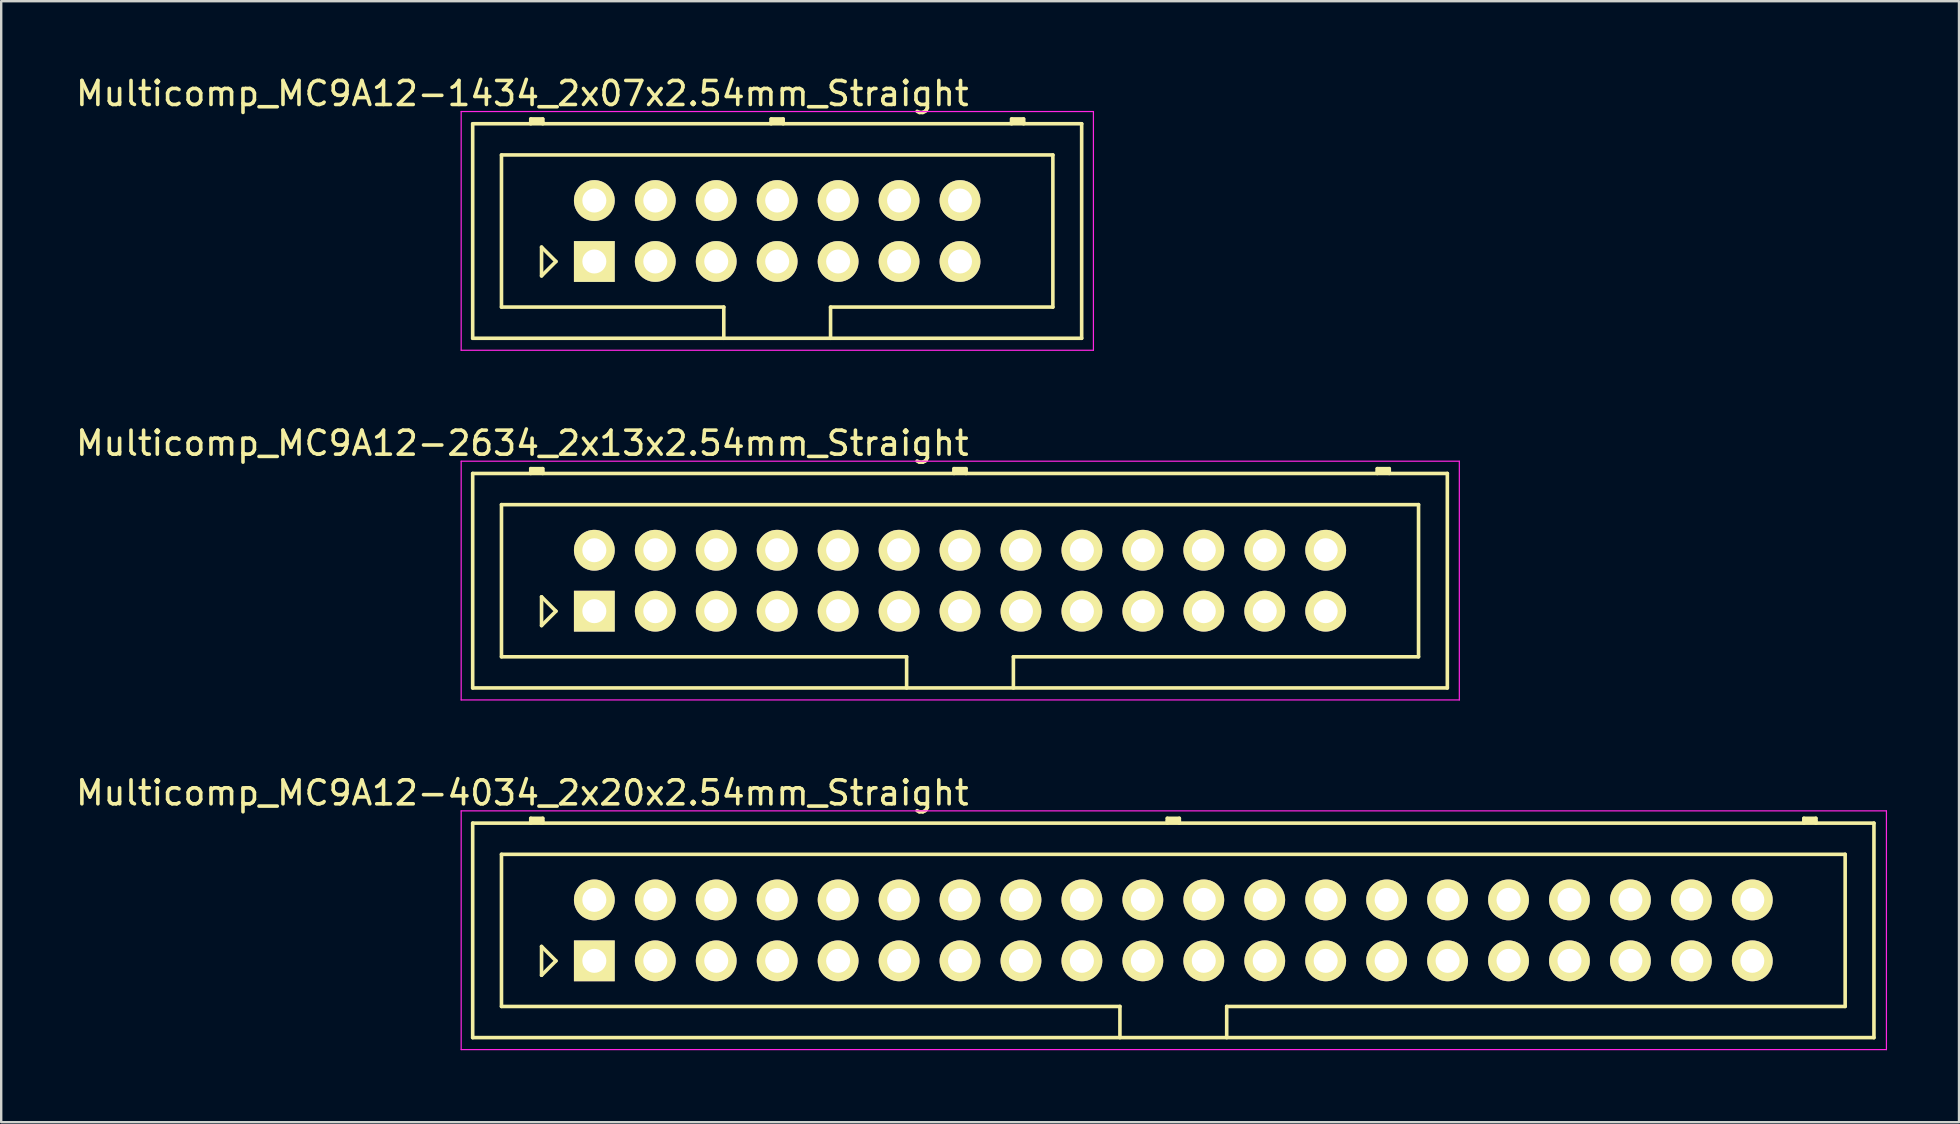
<source format=kicad_pcb>
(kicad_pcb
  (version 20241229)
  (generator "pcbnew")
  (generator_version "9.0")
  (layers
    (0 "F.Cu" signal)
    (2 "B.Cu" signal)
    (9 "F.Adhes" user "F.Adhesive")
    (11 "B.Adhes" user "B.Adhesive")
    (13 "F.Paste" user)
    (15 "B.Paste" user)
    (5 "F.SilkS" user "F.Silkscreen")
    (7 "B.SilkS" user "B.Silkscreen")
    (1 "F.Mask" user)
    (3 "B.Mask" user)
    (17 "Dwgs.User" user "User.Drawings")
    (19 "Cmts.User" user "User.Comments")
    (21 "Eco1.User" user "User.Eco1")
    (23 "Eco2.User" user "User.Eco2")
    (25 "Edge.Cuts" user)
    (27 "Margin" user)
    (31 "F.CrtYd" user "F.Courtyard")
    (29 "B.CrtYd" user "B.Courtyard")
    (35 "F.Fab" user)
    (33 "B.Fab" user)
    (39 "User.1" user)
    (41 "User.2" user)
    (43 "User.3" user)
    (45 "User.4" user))
  (footprint "Multicomp_MC9A12-2634_2x13x2.54mm_Straight"
    (layer "F.Cu")
    (at 21.72 22.422)
    (property "Reference" "Multicomp_MC9A12-2634_2x13x2.54mm_Straight" (at -3 -7 0) (layer "F.SilkS") (effects (font (size 1 1) (thickness 0.15))))
    (attr through_hole)
    (fp_line (start -5.07 -5.74) (end 35.55 -5.74) (stroke (width 0.15) (type solid)) (layer "F.SilkS"))
    (fp_line (start -5.07 3.2) (end -5.07 -5.74) (stroke (width 0.15) (type solid)) (layer "F.SilkS"))
    (fp_line (start -3.87 -4.44) (end 34.35 -4.44) (stroke (width 0.15) (type solid)) (layer "F.SilkS"))
    (fp_line (start -3.87 1.9) (end -3.87 -4.44) (stroke (width 0.15) (type solid)) (layer "F.SilkS"))
    (fp_line (start -2.65 -5.94) (end -2.15 -5.94) (stroke (width 0.15) (type solid)) (layer "F.SilkS"))
    (fp_line (start -2.65 -5.84) (end -2.15 -5.84) (stroke (width 0.15) (type solid)) (layer "F.SilkS"))
    (fp_line (start -2.65 -5.74) (end -2.65 -5.94) (stroke (width 0.15) (type solid)) (layer "F.SilkS"))
    (fp_line (start -2.2 -0.6) (end -1.6 0) (stroke (width 0.15) (type solid)) (layer "F.SilkS"))
    (fp_line (start -2.2 0.6) (end -2.2 -0.6) (stroke (width 0.15) (type solid)) (layer "F.SilkS"))
    (fp_line (start -2.15 -5.94) (end -2.15 -5.74) (stroke (width 0.15) (type solid)) (layer "F.SilkS"))
    (fp_line (start -1.6 0) (end -2.2 0.6) (stroke (width 0.15) (type solid)) (layer "F.SilkS"))
    (fp_line (start 13.015 1.9) (end -3.87 1.9) (stroke (width 0.15) (type solid)) (layer "F.SilkS"))
    (fp_line (start 13.015 3.2) (end 13.015 1.9) (stroke (width 0.15) (type solid)) (layer "F.SilkS"))
    (fp_line (start 14.99 -5.94) (end 15.49 -5.94) (stroke (width 0.15) (type solid)) (layer "F.SilkS"))
    (fp_line (start 14.99 -5.84) (end 15.49 -5.84) (stroke (width 0.15) (type solid)) (layer "F.SilkS"))
    (fp_line (start 14.99 -5.74) (end 14.99 -5.94) (stroke (width 0.15) (type solid)) (layer "F.SilkS"))
    (fp_line (start 15.49 -5.94) (end 15.49 -5.74) (stroke (width 0.15) (type solid)) (layer "F.SilkS"))
    (fp_line (start 17.465 1.9) (end 17.465 3.2) (stroke (width 0.15) (type solid)) (layer "F.SilkS"))
    (fp_line (start 32.63 -5.94) (end 33.13 -5.94) (stroke (width 0.15) (type solid)) (layer "F.SilkS"))
    (fp_line (start 32.63 -5.84) (end 33.13 -5.84) (stroke (width 0.15) (type solid)) (layer "F.SilkS"))
    (fp_line (start 32.63 -5.74) (end 32.63 -5.94) (stroke (width 0.15) (type solid)) (layer "F.SilkS"))
    (fp_line (start 33.13 -5.94) (end 33.13 -5.74) (stroke (width 0.15) (type solid)) (layer "F.SilkS"))
    (fp_line (start 34.35 -4.44) (end 34.35 1.9) (stroke (width 0.15) (type solid)) (layer "F.SilkS"))
    (fp_line (start 34.35 1.9) (end 17.465 1.9) (stroke (width 0.15) (type solid)) (layer "F.SilkS"))
    (fp_line (start 35.55 -5.74) (end 35.55 3.2) (stroke (width 0.15) (type solid)) (layer "F.SilkS"))
    (fp_line (start 35.55 3.2) (end -5.07 3.2) (stroke (width 0.15) (type solid)) (layer "F.SilkS"))
    (fp_line (start -5.55 -6.25) (end 36.05 -6.25) (stroke (width 0.05) (type solid)) (layer "F.CrtYd"))
    (fp_line (start -5.55 3.7) (end -5.55 -6.25) (stroke (width 0.05) (type solid)) (layer "F.CrtYd"))
    (fp_line (start 36.05 -6.25) (end 36.05 3.7) (stroke (width 0.05) (type solid)) (layer "F.CrtYd"))
    (fp_line (start 36.05 3.7) (end -5.55 3.7) (stroke (width 0.05) (type solid)) (layer "F.CrtYd"))
    (pad "1" thru_hole rect (at 0 0) (size 1.7 1.7) (drill 1) (layers "*.Cu" "*.Mask" "F.SilkS"))
    (pad "2" thru_hole circle (at 0 -2.54) (size 1.7 1.7) (drill 1) (layers "*.Cu" "*.Mask" "F.SilkS"))
    (pad "3" thru_hole circle (at 2.54 0) (size 1.7 1.7) (drill 1) (layers "*.Cu" "*.Mask" "F.SilkS"))
    (pad "4" thru_hole circle (at 2.54 -2.54) (size 1.7 1.7) (drill 1) (layers "*.Cu" "*.Mask" "F.SilkS"))
    (pad "5" thru_hole circle (at 5.08 0) (size 1.7 1.7) (drill 1) (layers "*.Cu" "*.Mask" "F.SilkS"))
    (pad "6" thru_hole circle (at 5.08 -2.54) (size 1.7 1.7) (drill 1) (layers "*.Cu" "*.Mask" "F.SilkS"))
    (pad "7" thru_hole circle (at 7.62 0) (size 1.7 1.7) (drill 1) (layers "*.Cu" "*.Mask" "F.SilkS"))
    (pad "8" thru_hole circle (at 7.62 -2.54) (size 1.7 1.7) (drill 1) (layers "*.Cu" "*.Mask" "F.SilkS"))
    (pad "9" thru_hole circle (at 10.16 0) (size 1.7 1.7) (drill 1) (layers "*.Cu" "*.Mask" "F.SilkS"))
    (pad "10" thru_hole circle (at 10.16 -2.54) (size 1.7 1.7) (drill 1) (layers "*.Cu" "*.Mask" "F.SilkS"))
    (pad "11" thru_hole circle (at 12.7 0) (size 1.7 1.7) (drill 1) (layers "*.Cu" "*.Mask" "F.SilkS"))
    (pad "12" thru_hole circle (at 12.7 -2.54) (size 1.7 1.7) (drill 1) (layers "*.Cu" "*.Mask" "F.SilkS"))
    (pad "13" thru_hole circle (at 15.24 0) (size 1.7 1.7) (drill 1) (layers "*.Cu" "*.Mask" "F.SilkS"))
    (pad "14" thru_hole circle (at 15.24 -2.54) (size 1.7 1.7) (drill 1) (layers "*.Cu" "*.Mask" "F.SilkS"))
    (pad "15" thru_hole circle (at 17.78 0) (size 1.7 1.7) (drill 1) (layers "*.Cu" "*.Mask" "F.SilkS"))
    (pad "16" thru_hole circle (at 17.78 -2.54) (size 1.7 1.7) (drill 1) (layers "*.Cu" "*.Mask" "F.SilkS"))
    (pad "17" thru_hole circle (at 20.32 0) (size 1.7 1.7) (drill 1) (layers "*.Cu" "*.Mask" "F.SilkS"))
    (pad "18" thru_hole circle (at 20.32 -2.54) (size 1.7 1.7) (drill 1) (layers "*.Cu" "*.Mask" "F.SilkS"))
    (pad "19" thru_hole circle (at 22.86 0) (size 1.7 1.7) (drill 1) (layers "*.Cu" "*.Mask" "F.SilkS"))
    (pad "20" thru_hole circle (at 22.86 -2.54) (size 1.7 1.7) (drill 1) (layers "*.Cu" "*.Mask" "F.SilkS"))
    (pad "21" thru_hole circle (at 25.4 0) (size 1.7 1.7) (drill 1) (layers "*.Cu" "*.Mask" "F.SilkS"))
    (pad "22" thru_hole circle (at 25.4 -2.54) (size 1.7 1.7) (drill 1) (layers "*.Cu" "*.Mask" "F.SilkS"))
    (pad "23" thru_hole circle (at 27.94 0) (size 1.7 1.7) (drill 1) (layers "*.Cu" "*.Mask" "F.SilkS"))
    (pad "24" thru_hole circle (at 27.94 -2.54) (size 1.7 1.7) (drill 1) (layers "*.Cu" "*.Mask" "F.SilkS"))
    (pad "25" thru_hole circle (at 30.48 0) (size 1.7 1.7) (drill 1) (layers "*.Cu" "*.Mask" "F.SilkS"))
    (pad "26" thru_hole circle (at 30.48 -2.54) (size 1.7 1.7) (drill 1) (layers "*.Cu" "*.Mask" "F.SilkS")))
  (footprint "Multicomp_MC9A12-4034_2x20x2.54mm_Straight"
    (layer "F.Cu")
    (at 21.72 36.995)
    (property "Reference" "Multicomp_MC9A12-4034_2x20x2.54mm_Straight" (at -3 -7 0) (layer "F.SilkS") (effects (font (size 1 1) (thickness 0.15))))
    (attr through_hole)
    (fp_line (start -5.07 -5.74) (end 53.33 -5.74) (stroke (width 0.15) (type solid)) (layer "F.SilkS"))
    (fp_line (start -5.07 3.2) (end -5.07 -5.74) (stroke (width 0.15) (type solid)) (layer "F.SilkS"))
    (fp_line (start -3.87 -4.44) (end 52.13 -4.44) (stroke (width 0.15) (type solid)) (layer "F.SilkS"))
    (fp_line (start -3.87 1.9) (end -3.87 -4.44) (stroke (width 0.15) (type solid)) (layer "F.SilkS"))
    (fp_line (start -2.65 -5.94) (end -2.15 -5.94) (stroke (width 0.15) (type solid)) (layer "F.SilkS"))
    (fp_line (start -2.65 -5.84) (end -2.15 -5.84) (stroke (width 0.15) (type solid)) (layer "F.SilkS"))
    (fp_line (start -2.65 -5.74) (end -2.65 -5.94) (stroke (width 0.15) (type solid)) (layer "F.SilkS"))
    (fp_line (start -2.2 -0.6) (end -1.6 0) (stroke (width 0.15) (type solid)) (layer "F.SilkS"))
    (fp_line (start -2.2 0.6) (end -2.2 -0.6) (stroke (width 0.15) (type solid)) (layer "F.SilkS"))
    (fp_line (start -2.15 -5.94) (end -2.15 -5.74) (stroke (width 0.15) (type solid)) (layer "F.SilkS"))
    (fp_line (start -1.6 0) (end -2.2 0.6) (stroke (width 0.15) (type solid)) (layer "F.SilkS"))
    (fp_line (start 21.905 1.9) (end -3.87 1.9) (stroke (width 0.15) (type solid)) (layer "F.SilkS"))
    (fp_line (start 21.905 3.2) (end 21.905 1.9) (stroke (width 0.15) (type solid)) (layer "F.SilkS"))
    (fp_line (start 23.88 -5.94) (end 24.38 -5.94) (stroke (width 0.15) (type solid)) (layer "F.SilkS"))
    (fp_line (start 23.88 -5.84) (end 24.38 -5.84) (stroke (width 0.15) (type solid)) (layer "F.SilkS"))
    (fp_line (start 23.88 -5.74) (end 23.88 -5.94) (stroke (width 0.15) (type solid)) (layer "F.SilkS"))
    (fp_line (start 24.38 -5.94) (end 24.38 -5.74) (stroke (width 0.15) (type solid)) (layer "F.SilkS"))
    (fp_line (start 26.355 1.9) (end 26.355 3.2) (stroke (width 0.15) (type solid)) (layer "F.SilkS"))
    (fp_line (start 50.41 -5.94) (end 50.91 -5.94) (stroke (width 0.15) (type solid)) (layer "F.SilkS"))
    (fp_line (start 50.41 -5.84) (end 50.91 -5.84) (stroke (width 0.15) (type solid)) (layer "F.SilkS"))
    (fp_line (start 50.41 -5.74) (end 50.41 -5.94) (stroke (width 0.15) (type solid)) (layer "F.SilkS"))
    (fp_line (start 50.91 -5.94) (end 50.91 -5.74) (stroke (width 0.15) (type solid)) (layer "F.SilkS"))
    (fp_line (start 52.13 -4.44) (end 52.13 1.9) (stroke (width 0.15) (type solid)) (layer "F.SilkS"))
    (fp_line (start 52.13 1.9) (end 26.355 1.9) (stroke (width 0.15) (type solid)) (layer "F.SilkS"))
    (fp_line (start 53.33 -5.74) (end 53.33 3.2) (stroke (width 0.15) (type solid)) (layer "F.SilkS"))
    (fp_line (start 53.33 3.2) (end -5.07 3.2) (stroke (width 0.15) (type solid)) (layer "F.SilkS"))
    (fp_line (start -5.55 -6.25) (end 53.85 -6.25) (stroke (width 0.05) (type solid)) (layer "F.CrtYd"))
    (fp_line (start -5.55 3.7) (end -5.55 -6.25) (stroke (width 0.05) (type solid)) (layer "F.CrtYd"))
    (fp_line (start 53.85 -6.25) (end 53.85 3.7) (stroke (width 0.05) (type solid)) (layer "F.CrtYd"))
    (fp_line (start 53.85 3.7) (end -5.55 3.7) (stroke (width 0.05) (type solid)) (layer "F.CrtYd"))
    (pad "1" thru_hole rect (at 0 0) (size 1.7 1.7) (drill 1) (layers "*.Cu" "*.Mask" "F.SilkS"))
    (pad "2" thru_hole circle (at 0 -2.54) (size 1.7 1.7) (drill 1) (layers "*.Cu" "*.Mask" "F.SilkS"))
    (pad "3" thru_hole circle (at 2.54 0) (size 1.7 1.7) (drill 1) (layers "*.Cu" "*.Mask" "F.SilkS"))
    (pad "4" thru_hole circle (at 2.54 -2.54) (size 1.7 1.7) (drill 1) (layers "*.Cu" "*.Mask" "F.SilkS"))
    (pad "5" thru_hole circle (at 5.08 0) (size 1.7 1.7) (drill 1) (layers "*.Cu" "*.Mask" "F.SilkS"))
    (pad "6" thru_hole circle (at 5.08 -2.54) (size 1.7 1.7) (drill 1) (layers "*.Cu" "*.Mask" "F.SilkS"))
    (pad "7" thru_hole circle (at 7.62 0) (size 1.7 1.7) (drill 1) (layers "*.Cu" "*.Mask" "F.SilkS"))
    (pad "8" thru_hole circle (at 7.62 -2.54) (size 1.7 1.7) (drill 1) (layers "*.Cu" "*.Mask" "F.SilkS"))
    (pad "9" thru_hole circle (at 10.16 0) (size 1.7 1.7) (drill 1) (layers "*.Cu" "*.Mask" "F.SilkS"))
    (pad "10" thru_hole circle (at 10.16 -2.54) (size 1.7 1.7) (drill 1) (layers "*.Cu" "*.Mask" "F.SilkS"))
    (pad "11" thru_hole circle (at 12.7 0) (size 1.7 1.7) (drill 1) (layers "*.Cu" "*.Mask" "F.SilkS"))
    (pad "12" thru_hole circle (at 12.7 -2.54) (size 1.7 1.7) (drill 1) (layers "*.Cu" "*.Mask" "F.SilkS"))
    (pad "13" thru_hole circle (at 15.24 0) (size 1.7 1.7) (drill 1) (layers "*.Cu" "*.Mask" "F.SilkS"))
    (pad "14" thru_hole circle (at 15.24 -2.54) (size 1.7 1.7) (drill 1) (layers "*.Cu" "*.Mask" "F.SilkS"))
    (pad "15" thru_hole circle (at 17.78 0) (size 1.7 1.7) (drill 1) (layers "*.Cu" "*.Mask" "F.SilkS"))
    (pad "16" thru_hole circle (at 17.78 -2.54) (size 1.7 1.7) (drill 1) (layers "*.Cu" "*.Mask" "F.SilkS"))
    (pad "17" thru_hole circle (at 20.32 0) (size 1.7 1.7) (drill 1) (layers "*.Cu" "*.Mask" "F.SilkS"))
    (pad "18" thru_hole circle (at 20.32 -2.54) (size 1.7 1.7) (drill 1) (layers "*.Cu" "*.Mask" "F.SilkS"))
    (pad "19" thru_hole circle (at 22.86 0) (size 1.7 1.7) (drill 1) (layers "*.Cu" "*.Mask" "F.SilkS"))
    (pad "20" thru_hole circle (at 22.86 -2.54) (size 1.7 1.7) (drill 1) (layers "*.Cu" "*.Mask" "F.SilkS"))
    (pad "21" thru_hole circle (at 25.4 0) (size 1.7 1.7) (drill 1) (layers "*.Cu" "*.Mask" "F.SilkS"))
    (pad "22" thru_hole circle (at 25.4 -2.54) (size 1.7 1.7) (drill 1) (layers "*.Cu" "*.Mask" "F.SilkS"))
    (pad "23" thru_hole circle (at 27.94 0) (size 1.7 1.7) (drill 1) (layers "*.Cu" "*.Mask" "F.SilkS"))
    (pad "24" thru_hole circle (at 27.94 -2.54) (size 1.7 1.7) (drill 1) (layers "*.Cu" "*.Mask" "F.SilkS"))
    (pad "25" thru_hole circle (at 30.48 0) (size 1.7 1.7) (drill 1) (layers "*.Cu" "*.Mask" "F.SilkS"))
    (pad "26" thru_hole circle (at 30.48 -2.54) (size 1.7 1.7) (drill 1) (layers "*.Cu" "*.Mask" "F.SilkS"))
    (pad "27" thru_hole circle (at 33.02 0) (size 1.7 1.7) (drill 1) (layers "*.Cu" "*.Mask" "F.SilkS"))
    (pad "28" thru_hole circle (at 33.02 -2.54) (size 1.7 1.7) (drill 1) (layers "*.Cu" "*.Mask" "F.SilkS"))
    (pad "29" thru_hole circle (at 35.56 0) (size 1.7 1.7) (drill 1) (layers "*.Cu" "*.Mask" "F.SilkS"))
    (pad "30" thru_hole circle (at 35.56 -2.54) (size 1.7 1.7) (drill 1) (layers "*.Cu" "*.Mask" "F.SilkS"))
    (pad "31" thru_hole circle (at 38.1 0) (size 1.7 1.7) (drill 1) (layers "*.Cu" "*.Mask" "F.SilkS"))
    (pad "32" thru_hole circle (at 38.1 -2.54) (size 1.7 1.7) (drill 1) (layers "*.Cu" "*.Mask" "F.SilkS"))
    (pad "33" thru_hole circle (at 40.64 0) (size 1.7 1.7) (drill 1) (layers "*.Cu" "*.Mask" "F.SilkS"))
    (pad "34" thru_hole circle (at 40.64 -2.54) (size 1.7 1.7) (drill 1) (layers "*.Cu" "*.Mask" "F.SilkS"))
    (pad "35" thru_hole circle (at 43.18 0) (size 1.7 1.7) (drill 1) (layers "*.Cu" "*.Mask" "F.SilkS"))
    (pad "36" thru_hole circle (at 43.18 -2.54) (size 1.7 1.7) (drill 1) (layers "*.Cu" "*.Mask" "F.SilkS"))
    (pad "37" thru_hole circle (at 45.72 0) (size 1.7 1.7) (drill 1) (layers "*.Cu" "*.Mask" "F.SilkS"))
    (pad "38" thru_hole circle (at 45.72 -2.54) (size 1.7 1.7) (drill 1) (layers "*.Cu" "*.Mask" "F.SilkS"))
    (pad "39" thru_hole circle (at 48.26 0) (size 1.7 1.7) (drill 1) (layers "*.Cu" "*.Mask" "F.SilkS"))
    (pad "40" thru_hole circle (at 48.26 -2.54) (size 1.7 1.7) (drill 1) (layers "*.Cu" "*.Mask" "F.SilkS")))
  (footprint "Multicomp_MC9A12-1434_2x07x2.54mm_Straight"
    (layer "F.Cu")
    (at 21.72 7.848)
    (property "Reference" "Multicomp_MC9A12-1434_2x07x2.54mm_Straight" (at -3 -7 0) (layer "F.SilkS") (effects (font (size 1 1) (thickness 0.15))))
    (attr through_hole)
    (fp_line (start -5.07 -5.74) (end 20.31 -5.74) (stroke (width 0.15) (type solid)) (layer "F.SilkS"))
    (fp_line (start -5.07 3.2) (end -5.07 -5.74) (stroke (width 0.15) (type solid)) (layer "F.SilkS"))
    (fp_line (start -3.87 -4.44) (end 19.11 -4.44) (stroke (width 0.15) (type solid)) (layer "F.SilkS"))
    (fp_line (start -3.87 1.9) (end -3.87 -4.44) (stroke (width 0.15) (type solid)) (layer "F.SilkS"))
    (fp_line (start -2.65 -5.94) (end -2.15 -5.94) (stroke (width 0.15) (type solid)) (layer "F.SilkS"))
    (fp_line (start -2.65 -5.84) (end -2.15 -5.84) (stroke (width 0.15) (type solid)) (layer "F.SilkS"))
    (fp_line (start -2.65 -5.74) (end -2.65 -5.94) (stroke (width 0.15) (type solid)) (layer "F.SilkS"))
    (fp_line (start -2.2 -0.6) (end -1.6 0) (stroke (width 0.15) (type solid)) (layer "F.SilkS"))
    (fp_line (start -2.2 0.6) (end -2.2 -0.6) (stroke (width 0.15) (type solid)) (layer "F.SilkS"))
    (fp_line (start -2.15 -5.94) (end -2.15 -5.74) (stroke (width 0.15) (type solid)) (layer "F.SilkS"))
    (fp_line (start -1.6 0) (end -2.2 0.6) (stroke (width 0.15) (type solid)) (layer "F.SilkS"))
    (fp_line (start 5.395 1.9) (end -3.87 1.9) (stroke (width 0.15) (type solid)) (layer "F.SilkS"))
    (fp_line (start 5.395 3.2) (end 5.395 1.9) (stroke (width 0.15) (type solid)) (layer "F.SilkS"))
    (fp_line (start 7.37 -5.94) (end 7.87 -5.94) (stroke (width 0.15) (type solid)) (layer "F.SilkS"))
    (fp_line (start 7.37 -5.84) (end 7.87 -5.84) (stroke (width 0.15) (type solid)) (layer "F.SilkS"))
    (fp_line (start 7.37 -5.74) (end 7.37 -5.94) (stroke (width 0.15) (type solid)) (layer "F.SilkS"))
    (fp_line (start 7.87 -5.94) (end 7.87 -5.74) (stroke (width 0.15) (type solid)) (layer "F.SilkS"))
    (fp_line (start 9.845 1.9) (end 9.845 3.2) (stroke (width 0.15) (type solid)) (layer "F.SilkS"))
    (fp_line (start 17.39 -5.94) (end 17.89 -5.94) (stroke (width 0.15) (type solid)) (layer "F.SilkS"))
    (fp_line (start 17.39 -5.84) (end 17.89 -5.84) (stroke (width 0.15) (type solid)) (layer "F.SilkS"))
    (fp_line (start 17.39 -5.74) (end 17.39 -5.94) (stroke (width 0.15) (type solid)) (layer "F.SilkS"))
    (fp_line (start 17.89 -5.94) (end 17.89 -5.74) (stroke (width 0.15) (type solid)) (layer "F.SilkS"))
    (fp_line (start 19.11 -4.44) (end 19.11 1.9) (stroke (width 0.15) (type solid)) (layer "F.SilkS"))
    (fp_line (start 19.11 1.9) (end 9.845 1.9) (stroke (width 0.15) (type solid)) (layer "F.SilkS"))
    (fp_line (start 20.31 -5.74) (end 20.31 3.2) (stroke (width 0.15) (type solid)) (layer "F.SilkS"))
    (fp_line (start 20.31 3.2) (end -5.07 3.2) (stroke (width 0.15) (type solid)) (layer "F.SilkS"))
    (fp_line (start -5.55 -6.25) (end 20.8 -6.25) (stroke (width 0.05) (type solid)) (layer "F.CrtYd"))
    (fp_line (start -5.55 3.7) (end -5.55 -6.25) (stroke (width 0.05) (type solid)) (layer "F.CrtYd"))
    (fp_line (start 20.8 -6.25) (end 20.8 3.7) (stroke (width 0.05) (type solid)) (layer "F.CrtYd"))
    (fp_line (start 20.8 3.7) (end -5.55 3.7) (stroke (width 0.05) (type solid)) (layer "F.CrtYd"))
    (pad "1" thru_hole rect (at 0 0) (size 1.7 1.7) (drill 1) (layers "*.Cu" "*.Mask" "F.SilkS"))
    (pad "2" thru_hole circle (at 0 -2.54) (size 1.7 1.7) (drill 1) (layers "*.Cu" "*.Mask" "F.SilkS"))
    (pad "3" thru_hole circle (at 2.54 0) (size 1.7 1.7) (drill 1) (layers "*.Cu" "*.Mask" "F.SilkS"))
    (pad "4" thru_hole circle (at 2.54 -2.54) (size 1.7 1.7) (drill 1) (layers "*.Cu" "*.Mask" "F.SilkS"))
    (pad "5" thru_hole circle (at 5.08 0) (size 1.7 1.7) (drill 1) (layers "*.Cu" "*.Mask" "F.SilkS"))
    (pad "6" thru_hole circle (at 5.08 -2.54) (size 1.7 1.7) (drill 1) (layers "*.Cu" "*.Mask" "F.SilkS"))
    (pad "7" thru_hole circle (at 7.62 0) (size 1.7 1.7) (drill 1) (layers "*.Cu" "*.Mask" "F.SilkS"))
    (pad "8" thru_hole circle (at 7.62 -2.54) (size 1.7 1.7) (drill 1) (layers "*.Cu" "*.Mask" "F.SilkS"))
    (pad "9" thru_hole circle (at 10.16 0) (size 1.7 1.7) (drill 1) (layers "*.Cu" "*.Mask" "F.SilkS"))
    (pad "10" thru_hole circle (at 10.16 -2.54) (size 1.7 1.7) (drill 1) (layers "*.Cu" "*.Mask" "F.SilkS"))
    (pad "11" thru_hole circle (at 12.7 0) (size 1.7 1.7) (drill 1) (layers "*.Cu" "*.Mask" "F.SilkS"))
    (pad "12" thru_hole circle (at 12.7 -2.54) (size 1.7 1.7) (drill 1) (layers "*.Cu" "*.Mask" "F.SilkS"))
    (pad "13" thru_hole circle (at 15.24 0) (size 1.7 1.7) (drill 1) (layers "*.Cu" "*.Mask" "F.SilkS"))
    (pad "14" thru_hole circle (at 15.24 -2.54) (size 1.7 1.7) (drill 1) (layers "*.Cu" "*.Mask" "F.SilkS")))
  (gr_rect
    (start -3 -3)
    (end 78.595 43.72)
    (stroke (width 0.1) (type default))
    (fill no)
    (layer "Edge.Cuts")))
</source>
